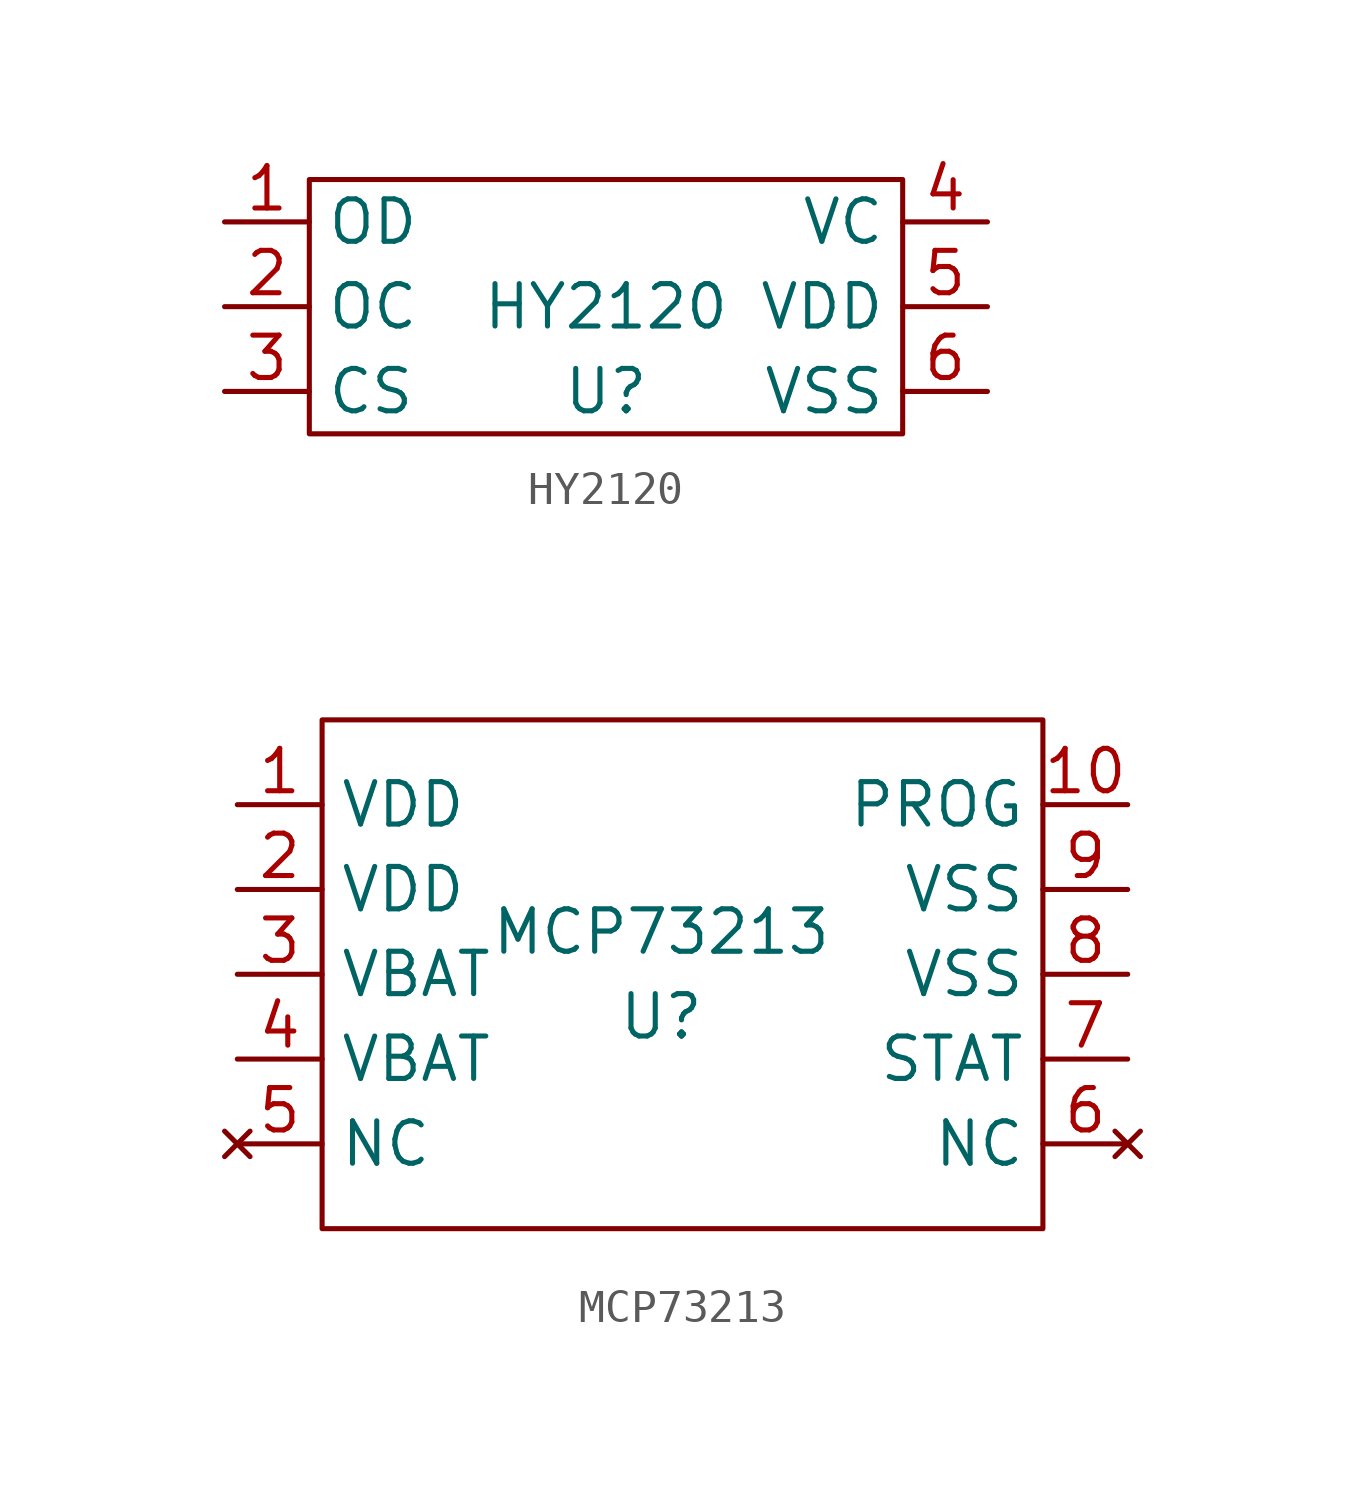
<source format=kicad_sym>
(kicad_symbol_lib
  (version 20211014)
  (generator kicad_symbol_editor)
  (symbol "HY2120"
    (property "Reference" "U"
      (at 0 0 0)
      (effects (font (size 1.27 1.27))))
    (property "Value" "HY2120"
      (at 0 2.54 0)
      (effects (font (size 1.27 1.27))))
    (symbol "HY2120_0_1"
      (rectangle (start -8.89 6.35) (end 8.89 -1.27) (stroke (width 0) (type default) (color 0 0 0 0)) (fill (type none))))
    (symbol "HY2120_1_1"
      (pin output line (at -11.43 5.08 0) (length 2.54) (name "OD" (effects (font (size 1.27 1.27)))) (number "1" (effects (font (size 1.27 1.27)))))
      (pin output line (at -11.43 2.54 0) (length 2.54) (name "OC" (effects (font (size 1.27 1.27)))) (number "2" (effects (font (size 1.27 1.27)))))
      (pin input line (at -11.43 0 0) (length 2.54) (name "CS" (effects (font (size 1.27 1.27)))) (number "3" (effects (font (size 1.27 1.27)))))
      (pin input line (at 11.43 5.08 180) (length 2.54) (name "VC" (effects (font (size 1.27 1.27)))) (number "4" (effects (font (size 1.27 1.27)))))
      (pin power_in line (at 11.43 2.54 180) (length 2.54) (name "VDD" (effects (font (size 1.27 1.27)))) (number "5" (effects (font (size 1.27 1.27)))))
      (pin power_in line (at 11.43 0 180) (length 2.54) (name "VSS" (effects (font (size 1.27 1.27)))) (number "6" (effects (font (size 1.27 1.27)))))))
  (symbol "MCP73213"
    (property "Reference" "U"
      (at 0 0 0)
      (effects (font (size 1.27 1.27))))
    (property "Value" "MCP73213"
      (at 0 2.54 0)
      (effects (font (size 1.27 1.27))))
    (symbol "MCP73213_0_1"
      (rectangle (start -10.16 8.89) (end 11.43 -6.35) (stroke (width 0) (type default) (color 0 0 0 0)) (fill (type none))))
    (symbol "MCP73213_1_1"
      (pin power_in line (at -12.7 6.35 0) (length 2.54) (name "VDD" (effects (font (size 1.27 1.27)))) (number "1" (effects (font (size 1.27 1.27)))))
      (pin input line (at 13.97 6.35 180) (length 2.54) (name "PROG" (effects (font (size 1.27 1.27)))) (number "10" (effects (font (size 1.27 1.27)))))
      (pin power_in line (at -12.7 3.81 0) (length 2.54) (name "VDD" (effects (font (size 1.27 1.27)))) (number "2" (effects (font (size 1.27 1.27)))))
      (pin power_in line (at -12.7 1.27 0) (length 2.54) (name "VBAT" (effects (font (size 1.27 1.27)))) (number "3" (effects (font (size 1.27 1.27)))))
      (pin power_in line (at -12.7 -1.27 0) (length 2.54) (name "VBAT" (effects (font (size 1.27 1.27)))) (number "4" (effects (font (size 1.27 1.27)))))
      (pin no_connect line (at -12.7 -3.81 0) (length 2.54) (name "NC" (effects (font (size 1.27 1.27)))) (number "5" (effects (font (size 1.27 1.27)))))
      (pin no_connect line (at 13.97 -3.81 180) (length 2.54) (name "NC" (effects (font (size 1.27 1.27)))) (number "6" (effects (font (size 1.27 1.27)))))
      (pin bidirectional line (at 13.97 -1.27 180) (length 2.54) (name "STAT" (effects (font (size 1.27 1.27)))) (number "7" (effects (font (size 1.27 1.27)))))
      (pin power_in line (at 13.97 1.27 180) (length 2.54) (name "VSS" (effects (font (size 1.27 1.27)))) (number "8" (effects (font (size 1.27 1.27)))))
      (pin power_in line (at 13.97 3.81 180) (length 2.54) (name "VSS" (effects (font (size 1.27 1.27)))) (number "9" (effects (font (size 1.27 1.27))))))))
</source>
